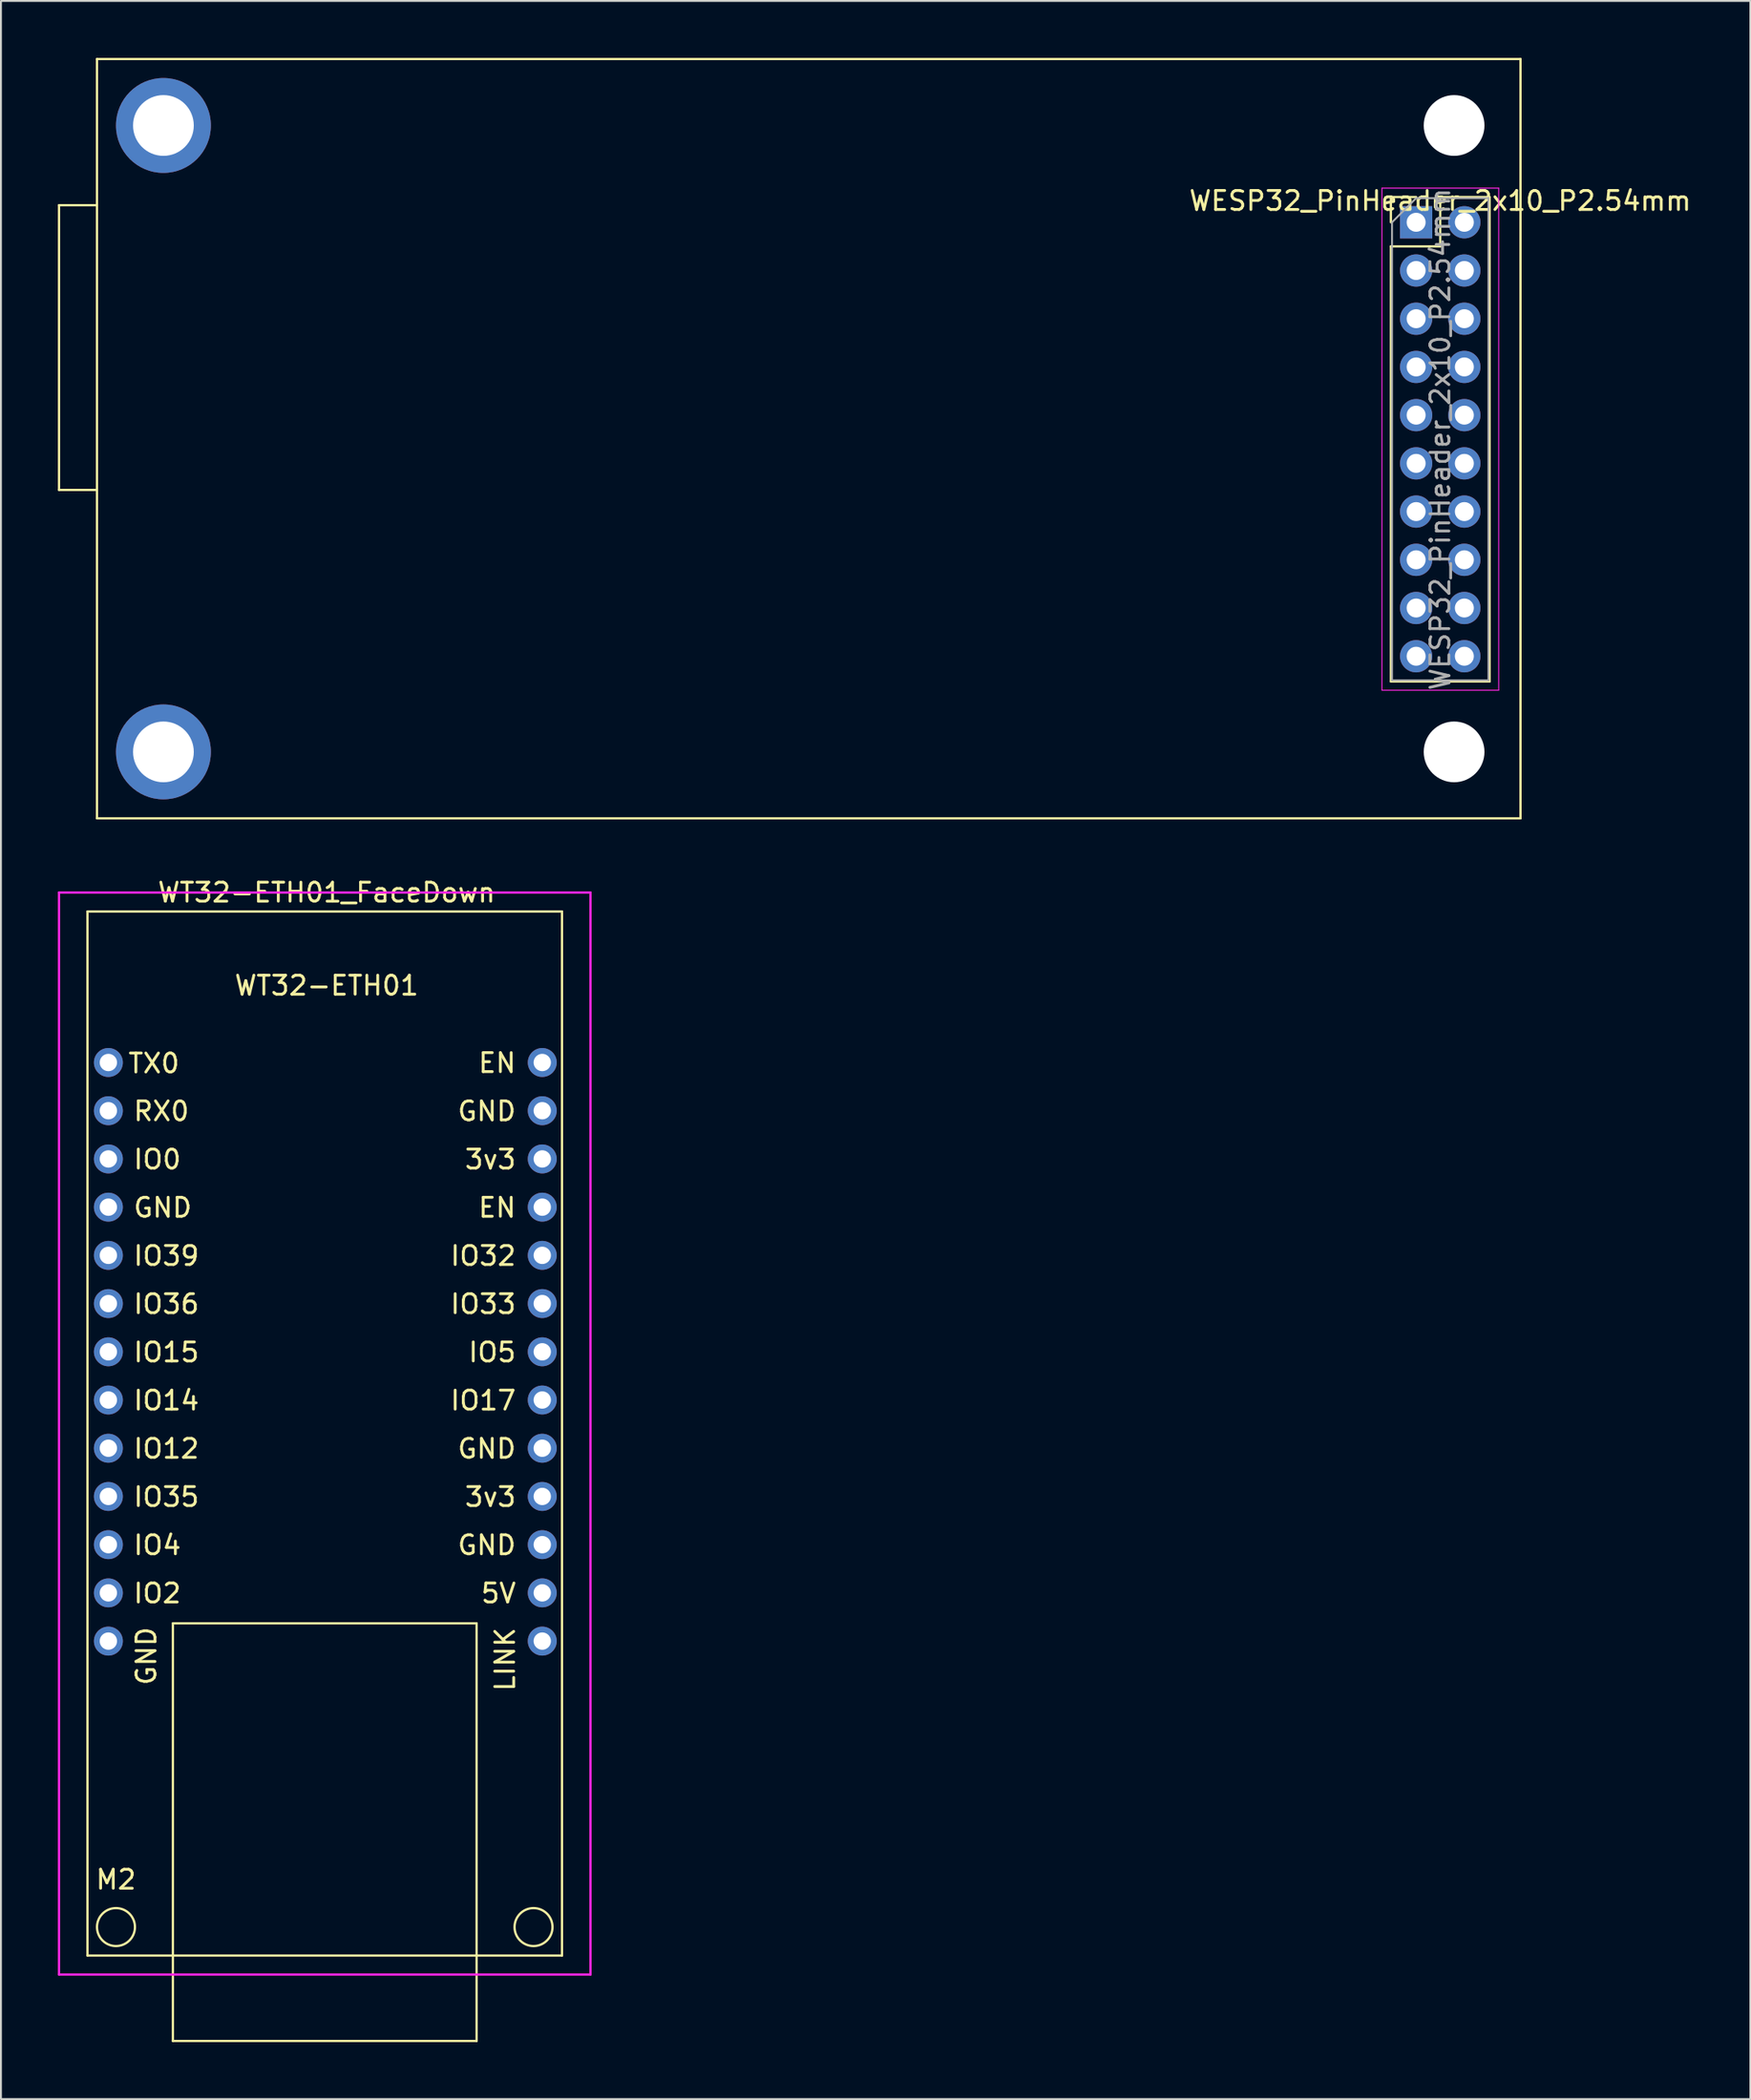
<source format=kicad_pcb>
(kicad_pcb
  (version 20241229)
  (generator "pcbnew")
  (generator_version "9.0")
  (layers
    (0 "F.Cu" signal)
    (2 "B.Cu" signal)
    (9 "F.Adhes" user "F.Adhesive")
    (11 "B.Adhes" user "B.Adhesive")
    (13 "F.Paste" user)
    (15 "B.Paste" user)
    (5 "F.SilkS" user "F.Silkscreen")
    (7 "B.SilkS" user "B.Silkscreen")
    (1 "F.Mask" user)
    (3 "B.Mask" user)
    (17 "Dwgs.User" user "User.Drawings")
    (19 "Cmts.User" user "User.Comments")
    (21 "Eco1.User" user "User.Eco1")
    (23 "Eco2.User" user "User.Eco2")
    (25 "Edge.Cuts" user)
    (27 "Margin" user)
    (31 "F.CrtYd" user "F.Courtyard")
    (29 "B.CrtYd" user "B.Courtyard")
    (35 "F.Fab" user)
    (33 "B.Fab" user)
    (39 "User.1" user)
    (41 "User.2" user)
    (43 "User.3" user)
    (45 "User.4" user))
  (footprint "WESP32_PinHeader_2x10_P2.54mm"
    (layer "F.Cu")
    (at 74.06 20.06)
    (property "Reference" "WESP32_PinHeader_2x10_P2.54mm" (at -1.23 -12.53 0) (layer "F.SilkS") (effects (font (size 1 1) (thickness 0.15))))
    (attr through_hole)
    (fp_line (start -74 2.7) (end -74 -12.3) (stroke (width 0.12) (type solid)) (layer "F.SilkS"))
    (fp_line (start -74 2.7) (end -72 2.7) (stroke (width 0.12) (type solid)) (layer "F.SilkS"))
    (fp_line (start -72 -12.3) (end -74 -12.3) (stroke (width 0.12) (type solid)) (layer "F.SilkS"))
    (fp_line (start -72 20) (end -72 -20) (stroke (width 0.12) (type solid)) (layer "F.SilkS"))
    (fp_line (start -3.83 -12.73) (end -2.5 -12.73) (stroke (width 0.12) (type solid)) (layer "F.SilkS"))
    (fp_line (start -3.83 -11.4) (end -3.83 -12.73) (stroke (width 0.12) (type solid)) (layer "F.SilkS"))
    (fp_line (start -3.83 -10.13) (end -3.83 12.79) (stroke (width 0.12) (type solid)) (layer "F.SilkS"))
    (fp_line (start -3.83 -10.13) (end -1.23 -10.13) (stroke (width 0.12) (type solid)) (layer "F.SilkS"))
    (fp_line (start -3.83 12.79) (end 1.37 12.79) (stroke (width 0.12) (type solid)) (layer "F.SilkS"))
    (fp_line (start -1.23 -12.73) (end 1.37 -12.73) (stroke (width 0.12) (type solid)) (layer "F.SilkS"))
    (fp_line (start -1.23 -10.13) (end -1.23 -12.73) (stroke (width 0.12) (type solid)) (layer "F.SilkS"))
    (fp_line (start 1.37 -12.73) (end 1.37 12.79) (stroke (width 0.12) (type solid)) (layer "F.SilkS"))
    (fp_line (start 3 -20) (end -72 -20) (stroke (width 0.12) (type solid)) (layer "F.SilkS"))
    (fp_line (start 3 20) (end -72 20) (stroke (width 0.12) (type solid)) (layer "F.SilkS"))
    (fp_line (start 3 20) (end 3 -20) (stroke (width 0.12) (type solid)) (layer "F.SilkS"))
    (fp_line (start -4.3 -13.2) (end -4.3 13.25) (stroke (width 0.05) (type solid)) (layer "F.CrtYd"))
    (fp_line (start -4.3 13.25) (end 1.85 13.25) (stroke (width 0.05) (type solid)) (layer "F.CrtYd"))
    (fp_line (start 1.85 -13.2) (end -4.3 -13.2) (stroke (width 0.05) (type solid)) (layer "F.CrtYd"))
    (fp_line (start 1.85 13.25) (end 1.85 -13.2) (stroke (width 0.05) (type solid)) (layer "F.CrtYd"))
    (fp_line (start -3.77 -11.4) (end -2.5 -12.67) (stroke (width 0.1) (type solid)) (layer "F.Fab"))
    (fp_line (start -3.77 12.73) (end -3.77 -11.4) (stroke (width 0.1) (type solid)) (layer "F.Fab"))
    (fp_line (start -2.5 -12.67) (end 1.31 -12.67) (stroke (width 0.1) (type solid)) (layer "F.Fab"))
    (fp_line (start 1.31 -12.67) (end 1.31 12.73) (stroke (width 0.1) (type solid)) (layer "F.Fab"))
    (fp_line (start 1.31 12.73) (end -3.77 12.73) (stroke (width 0.1) (type solid)) (layer "F.Fab"))
    (fp_text user "${REFERENCE}" (at -1.23 0.03 90) (layer "F.Fab") (effects (font (size 1 1) (thickness 0.15))))
    (pad "" np_thru_hole circle (at -0.5 -16.5) (size 3.2 3.2) (drill 3.2) (layers "*.Cu" "*.Mask"))
    (pad "" np_thru_hole circle (at -0.5 16.5) (size 3.2 3.2) (drill 3.2) (layers "*.Cu" "*.Mask"))
    (pad "1" thru_hole rect (at -2.5 -11.4) (size 1.7 1.7) (drill 1) (layers "*.Cu" "*.Mask"))
    (pad "2" thru_hole oval (at 0.04 -11.4) (size 1.7 1.7) (drill 1) (layers "*.Cu" "*.Mask"))
    (pad "3" thru_hole oval (at -2.5 -8.86) (size 1.7 1.7) (drill 1) (layers "*.Cu" "*.Mask"))
    (pad "4" thru_hole oval (at 0.04 -8.86) (size 1.7 1.7) (drill 1) (layers "*.Cu" "*.Mask"))
    (pad "5" thru_hole oval (at -2.5 -6.32) (size 1.7 1.7) (drill 1) (layers "*.Cu" "*.Mask"))
    (pad "6" thru_hole oval (at 0.04 -6.32) (size 1.7 1.7) (drill 1) (layers "*.Cu" "*.Mask"))
    (pad "7" thru_hole oval (at -2.5 -3.78) (size 1.7 1.7) (drill 1) (layers "*.Cu" "*.Mask"))
    (pad "8" thru_hole oval (at 0.04 -3.78) (size 1.7 1.7) (drill 1) (layers "*.Cu" "*.Mask"))
    (pad "9" thru_hole oval (at -2.5 -1.24) (size 1.7 1.7) (drill 1) (layers "*.Cu" "*.Mask"))
    (pad "10" thru_hole oval (at 0.04 -1.24) (size 1.7 1.7) (drill 1) (layers "*.Cu" "*.Mask"))
    (pad "11" thru_hole oval (at -2.5 1.3) (size 1.7 1.7) (drill 1) (layers "*.Cu" "*.Mask"))
    (pad "12" thru_hole oval (at 0.04 1.3) (size 1.7 1.7) (drill 1) (layers "*.Cu" "*.Mask"))
    (pad "13" thru_hole oval (at -2.5 3.84) (size 1.7 1.7) (drill 1) (layers "*.Cu" "*.Mask"))
    (pad "14" thru_hole oval (at 0.04 3.84) (size 1.7 1.7) (drill 1) (layers "*.Cu" "*.Mask"))
    (pad "15" thru_hole oval (at -2.5 6.38) (size 1.7 1.7) (drill 1) (layers "*.Cu" "*.Mask"))
    (pad "16" thru_hole oval (at 0.04 6.38) (size 1.7 1.7) (drill 1) (layers "*.Cu" "*.Mask"))
    (pad "17" thru_hole oval (at -2.5 8.92) (size 1.7 1.7) (drill 1) (layers "*.Cu" "*.Mask"))
    (pad "18" thru_hole oval (at 0.04 8.92) (size 1.7 1.7) (drill 1) (layers "*.Cu" "*.Mask"))
    (pad "19" thru_hole oval (at -2.5 11.46) (size 1.7 1.7) (drill 1) (layers "*.Cu" "*.Mask"))
    (pad "20" thru_hole oval (at 0.04 11.46) (size 1.7 1.7) (drill 1) (layers "*.Cu" "*.Mask"))
    (pad "21" thru_hole circle (at -68.5 -16.5) (size 5 5) (drill 3.2) (layers "*.Cu" "*.Mask"))
    (pad "21" thru_hole circle (at -68.5 16.5) (size 5 5) (drill 3.2) (layers "*.Cu" "*.Mask")))
  (footprint "WT32-ETH01_FaceDown"
    (layer "F.Cu")
    (at 14.06 85.968)
    (property "Reference" "WT32-ETH01_FaceDown" (at 0.1 -42 0) (layer "F.SilkS") (effects (font (size 1 1) (thickness 0.15))))
    (attr through_hole)
    (fp_line (start -12.5 -41) (end 12.5 -41) (stroke (width 0.12) (type solid)) (layer "F.SilkS"))
    (fp_line (start -12.5 14) (end -12.5 -41) (stroke (width 0.12) (type solid)) (layer "F.SilkS"))
    (fp_line (start -8 -3.5) (end -8 18.5) (stroke (width 0.12) (type solid)) (layer "F.SilkS"))
    (fp_line (start -8 18.5) (end 8 18.5) (stroke (width 0.12) (type solid)) (layer "F.SilkS"))
    (fp_line (start 8 -3.5) (end -8 -3.5) (stroke (width 0.12) (type solid)) (layer "F.SilkS"))
    (fp_line (start 8 18.5) (end 8 -3.5) (stroke (width 0.12) (type solid)) (layer "F.SilkS"))
    (fp_line (start 12.5 -41) (end 12.5 14) (stroke (width 0.12) (type solid)) (layer "F.SilkS"))
    (fp_line (start 12.5 14) (end -12.5 14) (stroke (width 0.12) (type solid)) (layer "F.SilkS"))
    (fp_circle (center -11 12.5) (end -10 12.5) (stroke (width 0.12) (type solid)) (fill no) (layer "F.SilkS"))
    (fp_circle (center 11 12.5) (end 12 12.5) (stroke (width 0.12) (type solid)) (fill no) (layer "F.SilkS"))
    (fp_line (start -14 -42) (end 14 -42) (stroke (width 0.12) (type solid)) (layer "F.CrtYd"))
    (fp_line (start -14 15) (end -14 -42) (stroke (width 0.12) (type solid)) (layer "F.CrtYd"))
    (fp_line (start 14 -42) (end 14 15) (stroke (width 0.12) (type solid)) (layer "F.CrtYd"))
    (fp_line (start 14 15) (end -14 15) (stroke (width 0.12) (type solid)) (layer "F.CrtYd"))
    (fp_text user "IO2" (at -10.16 -5.08 0) (layer "F.SilkS") (effects (font (size 1 1) (thickness 0.15)) (justify left)))
    (fp_text user "IO39" (at -10.16 -22.86 0) (layer "F.SilkS") (effects (font (size 1 1) (thickness 0.15)) (justify left)))
    (fp_text user "GND" (at 10.16 -30.48 0) (layer "F.SilkS") (effects (font (size 1 1) (thickness 0.15)) (justify right)))
    (fp_text user "3v3" (at 10.16 -10.16 0) (layer "F.SilkS") (effects (font (size 1 1) (thickness 0.15)) (justify right)))
    (fp_text user "IO36" (at -10.16 -20.32 0) (layer "F.SilkS") (effects (font (size 1 1) (thickness 0.15)) (justify left)))
    (fp_text user "GND" (at -10.16 -25.4 0) (layer "F.SilkS") (effects (font (size 1 1) (thickness 0.15)) (justify left)))
    (fp_text user "EN" (at 10.16 -25.4 0) (layer "F.SilkS") (effects (font (size 1 1) (thickness 0.15)) (justify right)))
    (fp_text user "IO5" (at 10.16 -17.78 0) (layer "F.SilkS") (effects (font (size 1 1) (thickness 0.15)) (justify right)))
    (fp_text user "IO35" (at -10.16 -10.16 0) (layer "F.SilkS") (effects (font (size 1 1) (thickness 0.15)) (justify left)))
    (fp_text user "IO33" (at 10.16 -20.32 0) (layer "F.SilkS") (effects (font (size 1 1) (thickness 0.15)) (justify right)))
    (fp_text user "TX0" (at -9 -33 0) (layer "F.SilkS") (effects (font (size 1 1) (thickness 0.15))))
    (fp_text user "IO12" (at -10.16 -12.7 0) (layer "F.SilkS") (effects (font (size 1 1) (thickness 0.15)) (justify left)))
    (fp_text user "5V" (at 10.16 -5.08 0) (layer "F.SilkS") (effects (font (size 1 1) (thickness 0.15)) (justify right)))
    (fp_text user "IO17" (at 10.16 -15.24 0) (layer "F.SilkS") (effects (font (size 1 1) (thickness 0.15)) (justify right)))
    (fp_text user "EN" (at 10.16 -33.02 0) (layer "F.SilkS") (effects (font (size 1 1) (thickness 0.15)) (justify right)))
    (fp_text user "GND" (at 10.16 -12.7 0) (layer "F.SilkS") (effects (font (size 1 1) (thickness 0.15)) (justify right)))
    (fp_text user "IO0" (at -10.16 -27.94 0) (layer "F.SilkS") (effects (font (size 1 1) (thickness 0.15)) (justify left)))
    (fp_text user "IO4" (at -10.16 -7.62 0) (layer "F.SilkS") (effects (font (size 1 1) (thickness 0.15)) (justify left)))
    (fp_text user "IO14" (at -10.16 -15.24 0) (layer "F.SilkS") (effects (font (size 1 1) (thickness 0.15)) (justify left)))
    (fp_text user "M2" (at -11 10 0) (layer "F.SilkS") (effects (font (size 1 1) (thickness 0.15))))
    (fp_text user "GND" (at 10.16 -7.62 0) (layer "F.SilkS") (effects (font (size 1 1) (thickness 0.15)) (justify right)))
    (fp_text user "3v3" (at 10.16 -27.94 0) (layer "F.SilkS") (effects (font (size 1 1) (thickness 0.15)) (justify right)))
    (fp_text user "GND" (at -9.4 -3.4 90) (layer "F.SilkS") (effects (font (size 1 1) (thickness 0.15)) (justify right)))
    (fp_text user "WT32-ETH01" (at 0.1 -37.1 0) (layer "F.SilkS") (effects (font (size 1 1) (thickness 0.15))))
    (fp_text user "RX0" (at -10.16 -30.48 0) (layer "F.SilkS") (effects (font (size 1 1) (thickness 0.15)) (justify left)))
    (fp_text user "LINK" (at 9.5 -1.6 90) (layer "F.SilkS") (effects (font (size 1 1) (thickness 0.15))))
    (fp_text user "IO15" (at -10.16 -17.78 0) (layer "F.SilkS") (effects (font (size 1 1) (thickness 0.15)) (justify left)))
    (fp_text user "IO32" (at 10.16 -22.86 0) (layer "F.SilkS") (effects (font (size 1 1) (thickness 0.15)) (justify right)))
    (pad "1" thru_hole circle (at 11.46 -33.045) (size 1.524 1.524) (drill 0.914) (layers "*.Cu" "*.Mask"))
    (pad "2" thru_hole circle (at 11.46 -30.505) (size 1.524 1.524) (drill 0.914) (layers "*.Cu" "*.Mask"))
    (pad "3" thru_hole circle (at 11.46 -27.965) (size 1.524 1.524) (drill 0.914) (layers "*.Cu" "*.Mask"))
    (pad "4" thru_hole circle (at 11.46 -25.425) (size 1.524 1.524) (drill 0.914) (layers "*.Cu" "*.Mask"))
    (pad "5" thru_hole circle (at 11.46 -22.885) (size 1.524 1.524) (drill 0.914) (layers "*.Cu" "*.Mask"))
    (pad "6" thru_hole circle (at 11.46 -20.345) (size 1.524 1.524) (drill 0.914) (layers "*.Cu" "*.Mask"))
    (pad "7" thru_hole circle (at 11.46 -17.805) (size 1.524 1.524) (drill 0.914) (layers "*.Cu" "*.Mask"))
    (pad "8" thru_hole circle (at 11.46 -15.265) (size 1.524 1.524) (drill 0.914) (layers "*.Cu" "*.Mask"))
    (pad "9" thru_hole circle (at 11.46 -12.725) (size 1.524 1.524) (drill 0.914) (layers "*.Cu" "*.Mask"))
    (pad "10" thru_hole circle (at 11.46 -10.185) (size 1.524 1.524) (drill 0.914) (layers "*.Cu" "*.Mask"))
    (pad "11" thru_hole circle (at 11.46 -7.645) (size 1.524 1.524) (drill 0.914) (layers "*.Cu" "*.Mask"))
    (pad "12" thru_hole circle (at 11.46 -5.105) (size 1.524 1.524) (drill 0.914) (layers "*.Cu" "*.Mask"))
    (pad "13" thru_hole circle (at 11.46 -2.565) (size 1.524 1.524) (drill 0.914) (layers "*.Cu" "*.Mask"))
    (pad "14" thru_hole circle (at -11.4 -33.045) (size 1.524 1.524) (drill 0.914) (layers "*.Cu" "*.Mask"))
    (pad "15" thru_hole circle (at -11.4 -30.505) (size 1.524 1.524) (drill 0.914) (layers "*.Cu" "*.Mask"))
    (pad "16" thru_hole circle (at -11.4 -27.965) (size 1.524 1.524) (drill 0.914) (layers "*.Cu" "*.Mask"))
    (pad "17" thru_hole circle (at -11.4 -25.425) (size 1.524 1.524) (drill 0.914) (layers "*.Cu" "*.Mask"))
    (pad "18" thru_hole circle (at -11.4 -22.885) (size 1.524 1.524) (drill 0.914) (layers "*.Cu" "*.Mask"))
    (pad "19" thru_hole circle (at -11.4 -20.345) (size 1.524 1.524) (drill 0.914) (layers "*.Cu" "*.Mask"))
    (pad "20" thru_hole circle (at -11.4 -17.805) (size 1.524 1.524) (drill 0.914) (layers "*.Cu" "*.Mask"))
    (pad "21" thru_hole circle (at -11.4 -15.265) (size 1.524 1.524) (drill 0.914) (layers "*.Cu" "*.Mask"))
    (pad "22" thru_hole circle (at -11.4 -12.725) (size 1.524 1.524) (drill 0.914) (layers "*.Cu" "*.Mask"))
    (pad "23" thru_hole circle (at -11.4 -10.185) (size 1.524 1.524) (drill 0.914) (layers "*.Cu" "*.Mask"))
    (pad "24" thru_hole circle (at -11.4 -7.645) (size 1.524 1.524) (drill 0.914) (layers "*.Cu" "*.Mask"))
    (pad "25" thru_hole circle (at -11.4 -5.105) (size 1.524 1.524) (drill 0.914) (layers "*.Cu" "*.Mask"))
    (pad "26" thru_hole circle (at -11.4 -2.565) (size 1.524 1.524) (drill 0.914) (layers "*.Cu" "*.Mask")))
  (gr_rect
    (start -3 -3)
    (end 89.169 107.528)
    (stroke (width 0.1) (type default))
    (fill no)
    (layer "Edge.Cuts")))
</source>
